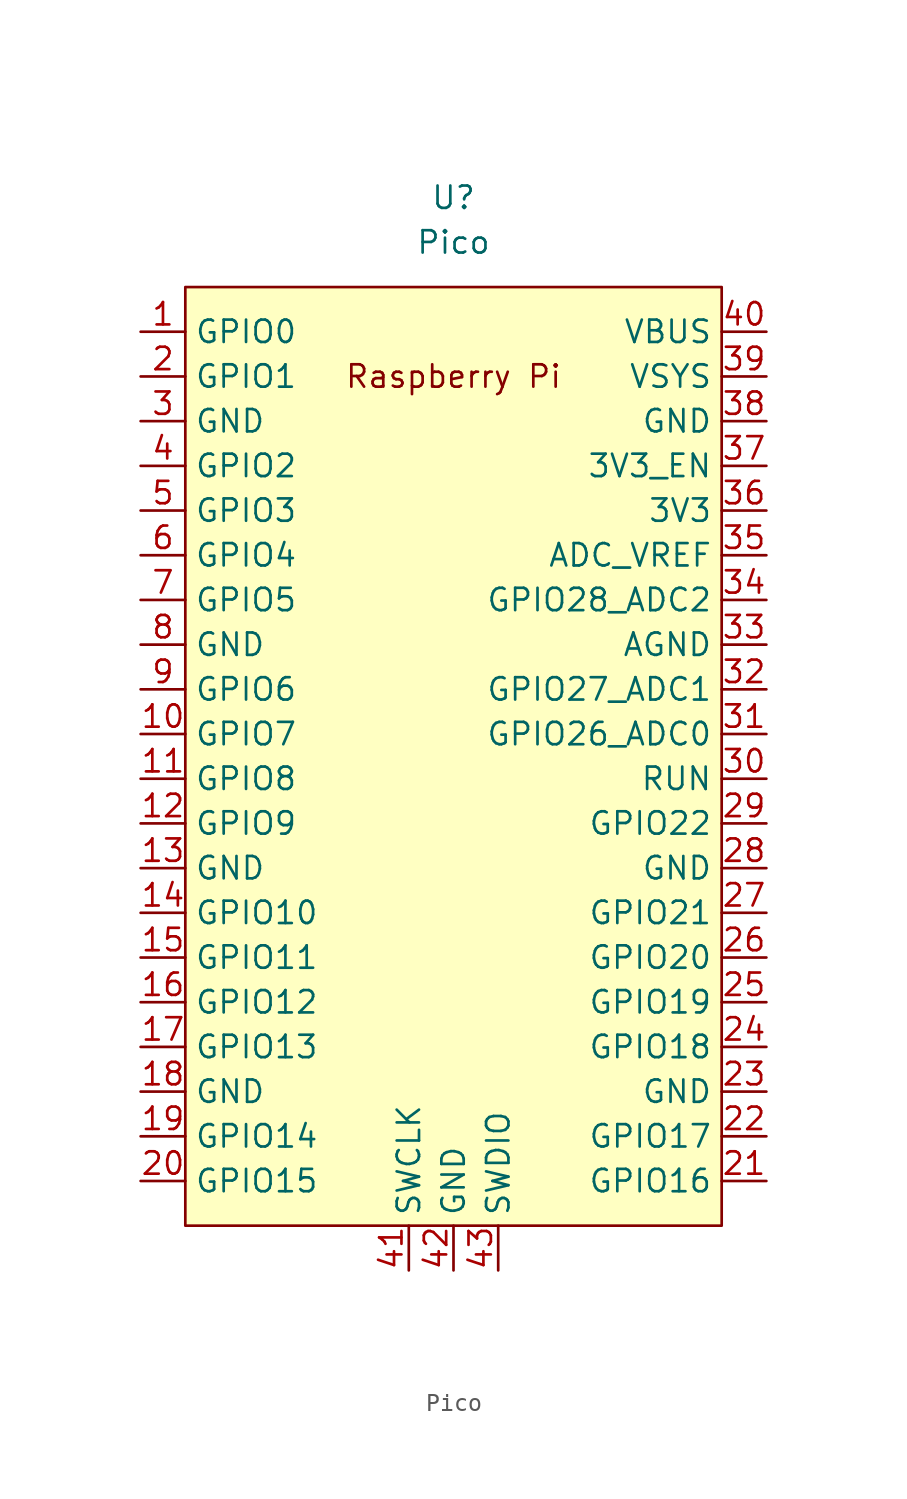
<source format=kicad_sym>
(kicad_symbol_lib
  (version 20211014)
  (generator kicad_symbol_editor)
  (symbol "Pico"
    (property "Reference" "U"
      (at 0 31.75 0)
      (effects (font (size 1.27 1.27))))
    (property "Value" "Pico"
      (at 0 29.21 0)
      (effects (font (size 1.27 1.27))))
    (symbol "Pico_0_0"
      (text "Raspberry Pi" (at 0 21.59 0) (effects (font (size 1.27 1.27)))))
    (symbol "Pico_0_1"
      (rectangle (start -15.24 26.67) (end 15.24 -26.67) (stroke (width 0) (type default) (color 0 0 0 0)) (fill (type background))))
    (symbol "Pico_1_1"
      (pin bidirectional line (at -17.78 24.13 0) (length 2.54) (name "GPIO0" (effects (font (size 1.27 1.27)))) (number "1" (effects (font (size 1.27 1.27)))))
      (pin bidirectional line (at -17.78 1.27 0) (length 2.54) (name "GPIO7" (effects (font (size 1.27 1.27)))) (number "10" (effects (font (size 1.27 1.27)))))
      (pin bidirectional line (at -17.78 -1.27 0) (length 2.54) (name "GPIO8" (effects (font (size 1.27 1.27)))) (number "11" (effects (font (size 1.27 1.27)))))
      (pin bidirectional line (at -17.78 -3.81 0) (length 2.54) (name "GPIO9" (effects (font (size 1.27 1.27)))) (number "12" (effects (font (size 1.27 1.27)))))
      (pin power_in line (at -17.78 -6.35 0) (length 2.54) (name "GND" (effects (font (size 1.27 1.27)))) (number "13" (effects (font (size 1.27 1.27)))))
      (pin bidirectional line (at -17.78 -8.89 0) (length 2.54) (name "GPIO10" (effects (font (size 1.27 1.27)))) (number "14" (effects (font (size 1.27 1.27)))))
      (pin bidirectional line (at -17.78 -11.43 0) (length 2.54) (name "GPIO11" (effects (font (size 1.27 1.27)))) (number "15" (effects (font (size 1.27 1.27)))))
      (pin bidirectional line (at -17.78 -13.97 0) (length 2.54) (name "GPIO12" (effects (font (size 1.27 1.27)))) (number "16" (effects (font (size 1.27 1.27)))))
      (pin bidirectional line (at -17.78 -16.51 0) (length 2.54) (name "GPIO13" (effects (font (size 1.27 1.27)))) (number "17" (effects (font (size 1.27 1.27)))))
      (pin power_in line (at -17.78 -19.05 0) (length 2.54) (name "GND" (effects (font (size 1.27 1.27)))) (number "18" (effects (font (size 1.27 1.27)))))
      (pin bidirectional line (at -17.78 -21.59 0) (length 2.54) (name "GPIO14" (effects (font (size 1.27 1.27)))) (number "19" (effects (font (size 1.27 1.27)))))
      (pin bidirectional line (at -17.78 21.59 0) (length 2.54) (name "GPIO1" (effects (font (size 1.27 1.27)))) (number "2" (effects (font (size 1.27 1.27)))))
      (pin bidirectional line (at -17.78 -24.13 0) (length 2.54) (name "GPIO15" (effects (font (size 1.27 1.27)))) (number "20" (effects (font (size 1.27 1.27)))))
      (pin bidirectional line (at 17.78 -24.13 180) (length 2.54) (name "GPIO16" (effects (font (size 1.27 1.27)))) (number "21" (effects (font (size 1.27 1.27)))))
      (pin bidirectional line (at 17.78 -21.59 180) (length 2.54) (name "GPIO17" (effects (font (size 1.27 1.27)))) (number "22" (effects (font (size 1.27 1.27)))))
      (pin power_in line (at 17.78 -19.05 180) (length 2.54) (name "GND" (effects (font (size 1.27 1.27)))) (number "23" (effects (font (size 1.27 1.27)))))
      (pin bidirectional line (at 17.78 -16.51 180) (length 2.54) (name "GPIO18" (effects (font (size 1.27 1.27)))) (number "24" (effects (font (size 1.27 1.27)))))
      (pin bidirectional line (at 17.78 -13.97 180) (length 2.54) (name "GPIO19" (effects (font (size 1.27 1.27)))) (number "25" (effects (font (size 1.27 1.27)))))
      (pin bidirectional line (at 17.78 -11.43 180) (length 2.54) (name "GPIO20" (effects (font (size 1.27 1.27)))) (number "26" (effects (font (size 1.27 1.27)))))
      (pin bidirectional line (at 17.78 -8.89 180) (length 2.54) (name "GPIO21" (effects (font (size 1.27 1.27)))) (number "27" (effects (font (size 1.27 1.27)))))
      (pin power_in line (at 17.78 -6.35 180) (length 2.54) (name "GND" (effects (font (size 1.27 1.27)))) (number "28" (effects (font (size 1.27 1.27)))))
      (pin bidirectional line (at 17.78 -3.81 180) (length 2.54) (name "GPIO22" (effects (font (size 1.27 1.27)))) (number "29" (effects (font (size 1.27 1.27)))))
      (pin power_in line (at -17.78 19.05 0) (length 2.54) (name "GND" (effects (font (size 1.27 1.27)))) (number "3" (effects (font (size 1.27 1.27)))))
      (pin input line (at 17.78 -1.27 180) (length 2.54) (name "RUN" (effects (font (size 1.27 1.27)))) (number "30" (effects (font (size 1.27 1.27)))))
      (pin bidirectional line (at 17.78 1.27 180) (length 2.54) (name "GPIO26_ADC0" (effects (font (size 1.27 1.27)))) (number "31" (effects (font (size 1.27 1.27)))))
      (pin bidirectional line (at 17.78 3.81 180) (length 2.54) (name "GPIO27_ADC1" (effects (font (size 1.27 1.27)))) (number "32" (effects (font (size 1.27 1.27)))))
      (pin power_in line (at 17.78 6.35 180) (length 2.54) (name "AGND" (effects (font (size 1.27 1.27)))) (number "33" (effects (font (size 1.27 1.27)))))
      (pin bidirectional line (at 17.78 8.89 180) (length 2.54) (name "GPIO28_ADC2" (effects (font (size 1.27 1.27)))) (number "34" (effects (font (size 1.27 1.27)))))
      (pin unspecified line (at 17.78 11.43 180) (length 2.54) (name "ADC_VREF" (effects (font (size 1.27 1.27)))) (number "35" (effects (font (size 1.27 1.27)))))
      (pin unspecified line (at 17.78 13.97 180) (length 2.54) (name "3V3" (effects (font (size 1.27 1.27)))) (number "36" (effects (font (size 1.27 1.27)))))
      (pin input line (at 17.78 16.51 180) (length 2.54) (name "3V3_EN" (effects (font (size 1.27 1.27)))) (number "37" (effects (font (size 1.27 1.27)))))
      (pin bidirectional line (at 17.78 19.05 180) (length 2.54) (name "GND" (effects (font (size 1.27 1.27)))) (number "38" (effects (font (size 1.27 1.27)))))
      (pin unspecified line (at 17.78 21.59 180) (length 2.54) (name "VSYS" (effects (font (size 1.27 1.27)))) (number "39" (effects (font (size 1.27 1.27)))))
      (pin bidirectional line (at -17.78 16.51 0) (length 2.54) (name "GPIO2" (effects (font (size 1.27 1.27)))) (number "4" (effects (font (size 1.27 1.27)))))
      (pin unspecified line (at 17.78 24.13 180) (length 2.54) (name "VBUS" (effects (font (size 1.27 1.27)))) (number "40" (effects (font (size 1.27 1.27)))))
      (pin input line (at -2.54 -29.21 90) (length 2.54) (name "SWCLK" (effects (font (size 1.27 1.27)))) (number "41" (effects (font (size 1.27 1.27)))))
      (pin power_in line (at 0 -29.21 90) (length 2.54) (name "GND" (effects (font (size 1.27 1.27)))) (number "42" (effects (font (size 1.27 1.27)))))
      (pin bidirectional line (at 2.54 -29.21 90) (length 2.54) (name "SWDIO" (effects (font (size 1.27 1.27)))) (number "43" (effects (font (size 1.27 1.27)))))
      (pin bidirectional line (at -17.78 13.97 0) (length 2.54) (name "GPIO3" (effects (font (size 1.27 1.27)))) (number "5" (effects (font (size 1.27 1.27)))))
      (pin bidirectional line (at -17.78 11.43 0) (length 2.54) (name "GPIO4" (effects (font (size 1.27 1.27)))) (number "6" (effects (font (size 1.27 1.27)))))
      (pin bidirectional line (at -17.78 8.89 0) (length 2.54) (name "GPIO5" (effects (font (size 1.27 1.27)))) (number "7" (effects (font (size 1.27 1.27)))))
      (pin power_in line (at -17.78 6.35 0) (length 2.54) (name "GND" (effects (font (size 1.27 1.27)))) (number "8" (effects (font (size 1.27 1.27)))))
      (pin bidirectional line (at -17.78 3.81 0) (length 2.54) (name "GPIO6" (effects (font (size 1.27 1.27)))) (number "9" (effects (font (size 1.27 1.27))))))))
</source>
